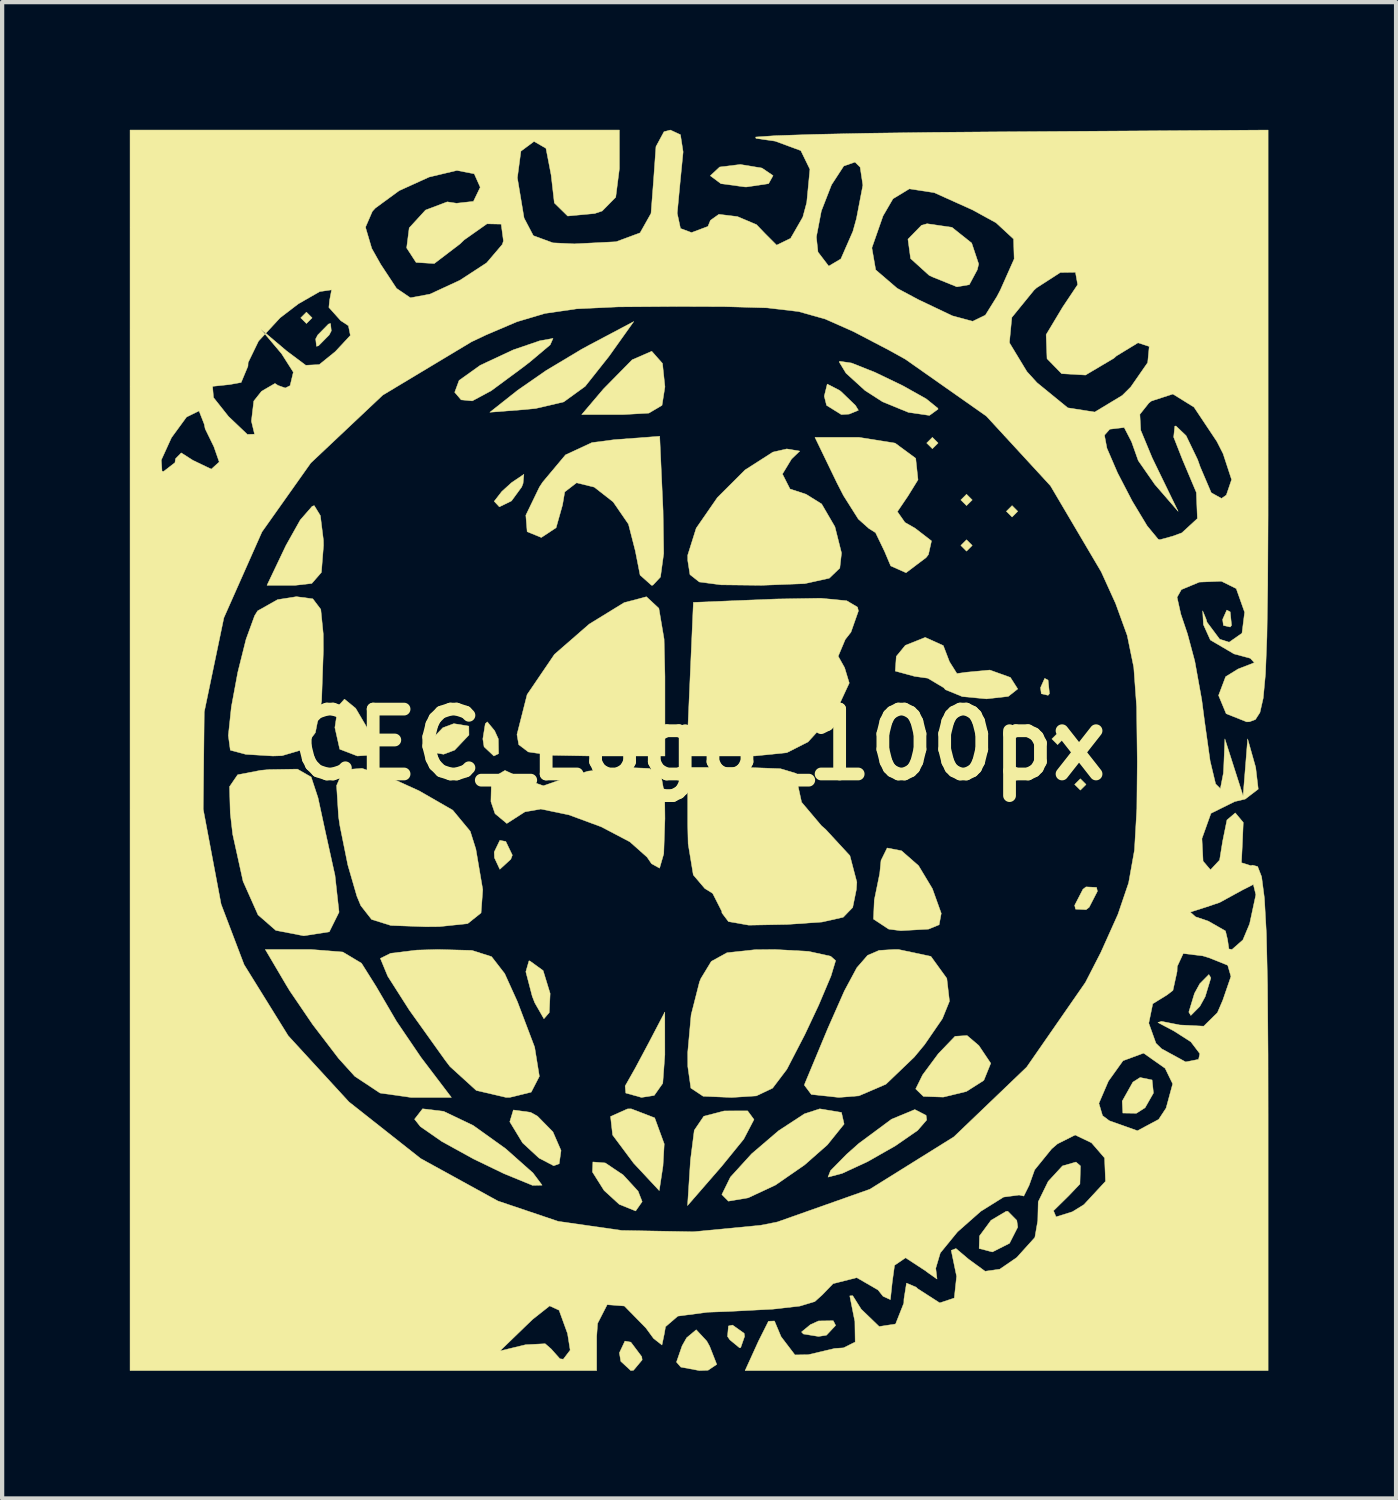
<source format=kicad_pcb>
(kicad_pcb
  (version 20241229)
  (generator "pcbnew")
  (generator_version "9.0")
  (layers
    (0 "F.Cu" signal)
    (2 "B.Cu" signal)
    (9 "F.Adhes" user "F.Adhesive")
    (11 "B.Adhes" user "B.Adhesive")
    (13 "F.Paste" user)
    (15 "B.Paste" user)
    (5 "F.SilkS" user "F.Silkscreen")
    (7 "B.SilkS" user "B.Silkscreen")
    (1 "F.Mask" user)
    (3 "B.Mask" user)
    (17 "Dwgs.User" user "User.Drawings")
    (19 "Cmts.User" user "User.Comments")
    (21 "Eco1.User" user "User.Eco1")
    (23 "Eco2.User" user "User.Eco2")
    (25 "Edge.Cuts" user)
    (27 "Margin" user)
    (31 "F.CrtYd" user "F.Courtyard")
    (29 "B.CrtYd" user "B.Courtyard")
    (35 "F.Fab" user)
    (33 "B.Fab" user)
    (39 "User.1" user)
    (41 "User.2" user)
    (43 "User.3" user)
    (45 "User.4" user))
  (footprint "CEC_Logo_100px"
    (layer "F.Cu")
    (at 13.373 14.443)
    (property "Reference" "CEC_Logo_100px" (at 0 0 0) (layer "F.SilkS") (effects (font (size 1.524 1.524) (thickness 0.3))))
    (attr through_hole)
    (fp_poly (pts (xy -9.091 -10.026) (xy -9.224 -9.893) (xy -9.358 -10.026) (xy -9.224 -10.16) (xy -9.091 -10.026)) (stroke (width 0.01) (type solid)) (fill yes) (layer "F.SilkS"))
    (fp_poly (pts (xy 5.615 -7.085) (xy 5.481 -6.952) (xy 5.347 -7.085) (xy 5.481 -7.219) (xy 5.615 -7.085)) (stroke (width 0.01) (type solid)) (fill yes) (layer "F.SilkS"))
    (fp_poly (pts (xy 6.417 -5.748) (xy 6.283 -5.615) (xy 6.149 -5.748) (xy 6.283 -5.882) (xy 6.417 -5.748)) (stroke (width 0.01) (type solid)) (fill yes) (layer "F.SilkS"))
    (fp_poly (pts (xy 6.417 -4.679) (xy 6.283 -4.545) (xy 6.149 -4.679) (xy 6.283 -4.813) (xy 6.417 -4.679)) (stroke (width 0.01) (type solid)) (fill yes) (layer "F.SilkS"))
    (fp_poly (pts (xy 7.486 -5.481) (xy 7.353 -5.347) (xy 7.219 -5.481) (xy 7.353 -5.615) (xy 7.486 -5.481)) (stroke (width 0.01) (type solid)) (fill yes) (layer "F.SilkS"))
    (fp_poly (pts (xy 8.556 -0.134) (xy 8.422 0) (xy 8.288 -0.134) (xy 8.422 -0.267) (xy 8.556 -0.134)) (stroke (width 0.01) (type solid)) (fill yes) (layer "F.SilkS"))
    (fp_poly (pts (xy 9.091 0.936) (xy 8.957 1.069) (xy 8.823 0.936) (xy 8.957 0.802) (xy 9.091 0.936)) (stroke (width 0.01) (type solid)) (fill yes) (layer "F.SilkS"))
    (fp_poly (pts (xy 8.199 -1.515) (xy 8.231 -1.198) (xy 8.199 -1.159) (xy 8.04 -1.195) (xy 8.021 -1.337) (xy 8.119 -1.557) (xy 8.199 -1.515)) (stroke (width 0.01) (type solid)) (fill yes) (layer "F.SilkS"))
    (fp_poly (pts (xy 12.477 -3.119) (xy 12.509 -2.802) (xy 12.477 -2.763) (xy 12.318 -2.8) (xy 12.299 -2.941) (xy 12.397 -3.161) (xy 12.477 -3.119)) (stroke (width 0.01) (type solid)) (fill yes) (layer "F.SilkS"))
    (fp_poly (pts (xy -4.541 2.275) (xy -4.387 2.596) (xy -4.423 2.692) (xy -4.681 2.929) (xy -4.807 2.659) (xy -4.813 2.524) (xy -4.681 2.249) (xy -4.541 2.275)) (stroke (width 0.01) (type solid)) (fill yes) (layer "F.SilkS"))
    (fp_poly (pts (xy -8.64 -9.72) (xy -8.689 -9.625) (xy -8.941 -9.37) (xy -8.988 -9.358) (xy -9.007 -9.531) (xy -8.957 -9.625) (xy -8.705 -9.881) (xy -8.658 -9.893) (xy -8.64 -9.72)) (stroke (width 0.01) (type solid)) (fill yes) (layer "F.SilkS"))
    (fp_poly (pts (xy -5.409 -0.435) (xy -5.406 -0.226) (xy -5.743 0.129) (xy -6.002 0.226) (xy -6.355 0.168) (xy -6.359 -0.041) (xy -6.021 -0.396) (xy -5.762 -0.493) (xy -5.409 -0.435)) (stroke (width 0.01) (type solid)) (fill yes) (layer "F.SilkS"))
    (fp_poly (pts (xy -4.803 -0.326) (xy -4.716 -0.134) (xy -4.71 0.211) (xy -4.821 0.267) (xy -5.051 0.051) (xy -5.08 -0.134) (xy -5.023 -0.49) (xy -4.975 -0.535) (xy -4.803 -0.326)) (stroke (width 0.01) (type solid)) (fill yes) (layer "F.SilkS"))
    (fp_poly (pts (xy -4.135 -6.138) (xy -4.167 -6.054) (xy -4.407 -5.725) (xy -4.692 -5.586) (xy -4.813 -5.716) (xy -4.635 -5.946) (xy -4.405 -6.155) (xy -4.116 -6.35) (xy -4.135 -6.138)) (stroke (width 0.01) (type solid)) (fill yes) (layer "F.SilkS"))
    (fp_poly (pts (xy -1.604 14.037) (xy -1.347 14.379) (xy -1.337 14.454) (xy -1.541 14.698) (xy -1.604 14.705) (xy -1.839 14.488) (xy -1.872 14.288) (xy -1.742 14.012) (xy -1.604 14.037)) (stroke (width 0.01) (type solid)) (fill yes) (layer "F.SilkS"))
    (fp_poly (pts (xy 1.059 13.83) (xy 1.069 13.903) (xy 0.978 14.164) (xy 0.952 14.171) (xy 0.723 13.983) (xy 0.668 13.903) (xy 0.69 13.657) (xy 0.786 13.636) (xy 1.059 13.83)) (stroke (width 0.01) (type solid)) (fill yes) (layer "F.SilkS"))
    (fp_poly (pts (xy 3.208 13.644) (xy 2.992 13.874) (xy 2.807 13.903) (xy 2.451 13.846) (xy 2.406 13.798) (xy 2.615 13.626) (xy 2.807 13.539) (xy 3.152 13.534) (xy 3.208 13.644)) (stroke (width 0.01) (type solid)) (fill yes) (layer "F.SilkS"))
    (fp_poly (pts (xy 9.337 3.354) (xy 9.358 3.444) (xy 9.163 3.822) (xy 9.091 3.877) (xy 8.844 3.865) (xy 8.823 3.775) (xy 9.018 3.397) (xy 9.091 3.342) (xy 9.337 3.354)) (stroke (width 0.01) (type solid)) (fill yes) (layer "F.SilkS"))
    (fp_poly (pts (xy 10.642 7.878) (xy 10.674 8.185) (xy 10.478 8.529) (xy 10.274 8.66) (xy 9.955 8.655) (xy 9.94 8.376) (xy 10.191 7.928) (xy 10.361 7.82) (xy 10.642 7.878)) (stroke (width 0.01) (type solid)) (fill yes) (layer "F.SilkS"))
    (fp_poly (pts (xy 12.023 5.481) (xy 11.89 5.92) (xy 11.764 6.149) (xy 11.552 6.363) (xy 11.505 6.283) (xy 11.638 5.844) (xy 11.764 5.615) (xy 11.976 5.401) (xy 12.023 5.481)) (stroke (width 0.01) (type solid)) (fill yes) (layer "F.SilkS"))
    (fp_poly (pts (xy -8.068 -0.854) (xy -7.802 -0.401) (xy -7.631 0.08) (xy -7.778 0.251) (xy -8.027 0.267) (xy -8.442 0.108) (xy -8.556 -0.401) (xy -8.479 -0.904) (xy -8.331 -1.069) (xy -8.068 -0.854)) (stroke (width 0.01) (type solid)) (fill yes) (layer "F.SilkS"))
    (fp_poly (pts (xy -3.664 5.308) (xy -3.499 5.846) (xy -3.52 6.295) (xy -3.645 6.44) (xy -3.86 6.065) (xy -3.92 5.91) (xy -4.07 5.335) (xy -3.997 5.082) (xy -3.979 5.08) (xy -3.664 5.308)) (stroke (width 0.01) (type solid)) (fill yes) (layer "F.SilkS"))
    (fp_poly (pts (xy -2.204 9.827) (xy -1.783 10.11) (xy -1.433 10.491) (xy -1.337 10.736) (xy -1.49 10.955) (xy -1.875 10.8) (xy -2.232 10.473) (xy -2.505 10.04) (xy -2.495 9.804) (xy -2.204 9.827)) (stroke (width 0.01) (type solid)) (fill yes) (layer "F.SilkS"))
    (fp_poly (pts (xy -1.043 8.768) (xy -0.819 9.38) (xy -0.848 9.898) (xy -0.936 10.477) (xy -1.537 9.833) (xy -2.031 9.171) (xy -2.08 8.736) (xy -1.682 8.558) (xy -1.596 8.556) (xy -1.043 8.768)) (stroke (width 0.01) (type solid)) (fill yes) (layer "F.SilkS"))
    (fp_poly (pts (xy -0.86 -8.956) (xy -0.802 -8.406) (xy -0.871 -7.971) (xy -1.18 -7.788) (xy -1.779 -7.754) (xy -2.757 -7.754) (xy -2.247 -8.355) (xy -1.572 -9.041) (xy -1.112 -9.241) (xy -0.86 -8.956)) (stroke (width 0.01) (type solid)) (fill yes) (layer "F.SilkS"))
    (fp_poly (pts (xy -0.804 7.286) (xy -0.853 7.956) (xy -1.054 8.241) (xy -1.353 8.288) (xy -1.722 8.185) (xy -1.737 8.02) (xy -1.501 7.603) (xy -1.189 7.018) (xy -0.805 6.283) (xy -0.804 7.286)) (stroke (width 0.01) (type solid)) (fill yes) (layer "F.SilkS"))
    (fp_poly (pts (xy 3.303 -8.32) (xy 3.342 -8.288) (xy 3.674 -7.968) (xy 3.743 -7.855) (xy 3.525 -7.765) (xy 3.342 -7.754) (xy 2.995 -7.97) (xy 2.941 -8.187) (xy 3.011 -8.471) (xy 3.303 -8.32)) (stroke (width 0.01) (type solid)) (fill yes) (layer "F.SilkS"))
    (fp_poly (pts (xy 7.464 11.177) (xy 7.486 11.335) (xy 7.293 11.715) (xy 6.891 11.918) (xy 6.579 11.837) (xy 6.588 11.542) (xy 6.858 11.175) (xy 7.21 10.966) (xy 7.252 10.962) (xy 7.464 11.177)) (stroke (width 0.01) (type solid)) (fill yes) (layer "F.SilkS"))
    (fp_poly (pts (xy -3.957 8.639) (xy -3.797 8.728) (xy -3.434 9.097) (xy -3.243 9.535) (xy -3.287 9.846) (xy -3.415 9.893) (xy -3.76 9.713) (xy -4.146 9.356) (xy -4.447 8.86) (xy -4.363 8.583) (xy -3.957 8.639)) (stroke (width 0.01) (type solid)) (fill yes) (layer "F.SilkS"))
    (fp_poly (pts (xy 0.181 14.013) (xy 0.248 14.134) (xy 0.415 14.56) (xy 0.211 14.697) (xy 0.009 14.705) (xy -0.429 14.623) (xy -0.531 14.505) (xy -0.399 14.124) (xy -0.292 13.934) (xy -0.067 13.746) (xy 0.181 14.013)) (stroke (width 0.01) (type solid)) (fill yes) (layer "F.SilkS"))
    (fp_poly (pts (xy 1.29 8.807) (xy 1.049 9.268) (xy 0.533 9.903) (xy -0.271 10.828) (xy -0.202 9.759) (xy -0.113 9.06) (xy 0.111 8.73) (xy 0.584 8.607) (xy 0.602 8.605) (xy 1.14 8.604) (xy 1.29 8.807)) (stroke (width 0.01) (type solid)) (fill yes) (layer "F.SilkS"))
    (fp_poly (pts (xy 1.477 -13.545) (xy 1.738 -13.368) (xy 1.633 -13.179) (xy 1.113 -13.101) (xy 1.085 -13.101) (xy 0.515 -13.177) (xy 0.268 -13.361) (xy 0.267 -13.368) (xy 0.484 -13.57) (xy 0.969 -13.629) (xy 1.477 -13.545)) (stroke (width 0.01) (type solid)) (fill yes) (layer "F.SilkS"))
    (fp_poly (pts (xy -8.897 -5.38) (xy -8.825 -4.801) (xy -8.823 -4.679) (xy -8.873 -4.046) (xy -9.098 -3.787) (xy -9.487 -3.743) (xy -10.151 -3.743) (xy -9.705 -4.679) (xy -9.369 -5.278) (xy -9.09 -5.598) (xy -9.041 -5.615) (xy -8.897 -5.38)) (stroke (width 0.01) (type solid)) (fill yes) (layer "F.SilkS"))
    (fp_poly (pts (xy -2.117 -9.122) (xy -2.676 -8.417) (xy -3.181 -8.051) (xy -3.839 -7.897) (xy -4.106 -7.871) (xy -4.915 -7.808) (xy -4.262 -8.325) (xy -3.593 -8.789) (xy -2.76 -9.288) (xy -2.572 -9.39) (xy -1.535 -9.939) (xy -2.117 -9.122)) (stroke (width 0.01) (type solid)) (fill yes) (layer "F.SilkS"))
    (fp_poly (pts (xy -6.001 8.615) (xy -5.306 8.947) (xy -4.545 9.492) (xy -3.902 10.063) (xy -3.688 10.349) (xy -3.912 10.354) (xy -4.58 10.08) (xy -5.295 9.735) (xy -6.043 9.323) (xy -6.548 8.972) (xy -6.684 8.799) (xy -6.495 8.555) (xy -6.001 8.615)) (stroke (width 0.01) (type solid)) (fill yes) (layer "F.SilkS"))
    (fp_poly (pts (xy -3.498 -9.392) (xy -3.973 -8.992) (xy -4.144 -8.86) (xy -4.883 -8.314) (xy -5.328 -8.075) (xy -5.59 -8.1) (xy -5.741 -8.277) (xy -5.638 -8.556) (xy -5.14 -8.912) (xy -4.365 -9.274) (xy -3.743 -9.487) (xy -3.431 -9.543) (xy -3.498 -9.392)) (stroke (width 0.01) (type solid)) (fill yes) (layer "F.SilkS"))
    (fp_poly (pts (xy 5.333 8.709) (xy 5.347 8.818) (xy 5.133 9.064) (xy 4.611 9.425) (xy 3.959 9.796) (xy 3.358 10.074) (xy 3.029 10.16) (xy 3.088 10.008) (xy 3.466 9.624) (xy 3.753 9.369) (xy 4.521 8.8) (xy 5.068 8.573) (xy 5.333 8.709)) (stroke (width 0.01) (type solid)) (fill yes) (layer "F.SilkS"))
    (fp_poly (pts (xy 5.941 -12.152) (xy 6.404 -11.783) (xy 6.568 -11.291) (xy 6.536 -11.156) (xy 6.348 -10.805) (xy 6.057 -10.755) (xy 5.491 -10.984) (xy 5.403 -11.026) (xy 4.969 -11.419) (xy 4.907 -11.874) (xy 5.225 -12.2) (xy 5.356 -12.237) (xy 5.941 -12.152)) (stroke (width 0.01) (type solid)) (fill yes) (layer "F.SilkS"))
    (fp_poly (pts (xy 6.572 7.069) (xy 6.852 7.486) (xy 6.694 7.876) (xy 6.678 7.895) (xy 6.28 8.148) (xy 5.738 8.28) (xy 5.269 8.264) (xy 5.089 8.088) (xy 5.251 7.759) (xy 5.619 7.262) (xy 6.013 6.852) (xy 6.296 6.834) (xy 6.572 7.069)) (stroke (width 0.01) (type solid)) (fill yes) (layer "F.SilkS"))
    (fp_poly (pts (xy 3.345 8.641) (xy 3.407 8.914) (xy 3.014 9.402) (xy 2.479 9.873) (xy 1.794 10.347) (xy 1.152 10.647) (xy 0.688 10.725) (xy 0.535 10.57) (xy 0.736 10.16) (xy 1.234 9.613) (xy 1.867 9.071) (xy 2.474 8.674) (xy 2.835 8.556) (xy 3.345 8.641)) (stroke (width 0.01) (type solid)) (fill yes) (layer "F.SilkS"))
    (fp_poly (pts (xy 3.581 -8.965) (xy 4.137 -8.744) (xy 4.783 -8.433) (xy 5.336 -8.123) (xy 5.609 -7.902) (xy 5.615 -7.882) (xy 5.412 -7.734) (xy 4.919 -7.805) (xy 4.313 -8.053) (xy 3.899 -8.319) (xy 3.451 -8.727) (xy 3.293 -8.988) (xy 3.302 -9.006) (xy 3.581 -8.965)) (stroke (width 0.01) (type solid)) (fill yes) (layer "F.SilkS"))
    (fp_poly (pts (xy 4.755 2.493) (xy 5.156 2.844) (xy 5.481 3.384) (xy 5.689 3.964) (xy 5.639 4.232) (xy 5.391 4.334) (xy 4.738 4.371) (xy 4.454 4.334) (xy 4.097 4.099) (xy 4.116 3.652) (xy 4.244 3.026) (xy 4.274 2.721) (xy 4.418 2.428) (xy 4.755 2.493)) (stroke (width 0.01) (type solid)) (fill yes) (layer "F.SilkS"))
    (fp_poly (pts (xy -0.945 -3.203) (xy -0.822 -2.477) (xy -0.802 -1.604) (xy -0.802 0.267) (xy -2.54 0.267) (xy -3.484 0.249) (xy -4.011 0.172) (xy -4.236 0.002) (xy -4.278 -0.237) (xy -4.04 -1.175) (xy -3.397 -2.121) (xy -2.58 -2.832) (xy -1.76 -3.336) (xy -1.237 -3.474) (xy -0.945 -3.203)) (stroke (width 0.01) (type solid)) (fill yes) (layer "F.SilkS"))
    (fp_poly (pts (xy -8.372 4.872) (xy -7.931 5.135) (xy -7.587 5.682) (xy -7.107 6.503) (xy -6.535 7.345) (xy -6.479 7.419) (xy -5.819 8.288) (xy -6.767 8.288) (xy -7.495 8.185) (xy -8.088 7.792) (xy -8.469 7.371) (xy -9.076 6.577) (xy -9.619 5.779) (xy -9.707 5.633) (xy -10.19 4.813) (xy -9.113 4.813) (xy -8.372 4.872)) (stroke (width 0.01) (type solid)) (fill yes) (layer "F.SilkS"))
    (fp_poly (pts (xy 3.469 -3.38) (xy 3.722 -3.23) (xy 3.743 -3.14) (xy 3.568 -2.642) (xy 3.434 -2.471) (xy 3.268 -2.076) (xy 3.419 -1.807) (xy 3.528 -1.447) (xy 3.288 -0.93) (xy 3.04 -0.592) (xy 2.56 -0.064) (xy 2.061 0.189) (xy 1.319 0.265) (xy 1.038 0.267) (xy -0.292 0.267) (xy -0.134 -3.342) (xy 1.805 -3.421) (xy 2.859 -3.439) (xy 3.469 -3.38)) (stroke (width 0.01) (type solid)) (fill yes) (layer "F.SilkS"))
    (fp_poly (pts (xy 5.737 -2.327) (xy 5.882 -1.948) (xy 6.057 -1.67) (xy 6.283 -1.701) (xy 6.831 -1.752) (xy 7.313 -1.579) (xy 7.486 -1.308) (xy 7.264 -1.133) (xy 6.753 -1.075) (xy 6.183 -1.129) (xy 5.787 -1.291) (xy 5.748 -1.337) (xy 5.371 -1.561) (xy 5.064 -1.604) (xy 4.609 -1.728) (xy 4.633 -2.073) (xy 4.845 -2.332) (xy 5.312 -2.519) (xy 5.737 -2.327)) (stroke (width 0.01) (type solid)) (fill yes) (layer "F.SilkS"))
    (fp_poly (pts (xy -9.113 0.761) (xy -8.951 1.252) (xy -8.951 1.254) (xy -8.784 2.027) (xy -8.583 2.939) (xy -8.554 3.067) (xy -8.458 3.936) (xy -8.687 4.397) (xy -9.286 4.491) (xy -9.944 4.364) (xy -10.361 4) (xy -10.713 3.21) (xy -10.957 2.104) (xy -11.014 1.604) (xy -11.031 0.987) (xy -10.84 0.708) (xy -10.293 0.603) (xy -10.102 0.586) (xy -9.436 0.575) (xy -9.113 0.761)) (stroke (width 0.01) (type solid)) (fill yes) (layer "F.SilkS"))
    (fp_poly (pts (xy -5.336 4.834) (xy -4.875 4.981) (xy -4.567 5.379) (xy -4.268 6.038) (xy -3.863 7.107) (xy -3.752 7.793) (xy -3.944 8.164) (xy -4.446 8.287) (xy -4.532 8.288) (xy -5.234 8.124) (xy -5.852 7.562) (xy -5.961 7.419) (xy -6.809 6.233) (xy -7.315 5.439) (xy -7.486 5.025) (xy -7.486 5.021) (xy -7.246 4.902) (xy -6.63 4.827) (xy -6.14 4.813) (xy -5.336 4.834)) (stroke (width 0.01) (type solid)) (fill yes) (layer "F.SilkS"))
    (fp_poly (pts (xy 4.686 4.813) (xy 5.445 4.974) (xy 5.82 5.492) (xy 5.882 6.028) (xy 5.716 6.438) (xy 5.297 7.048) (xy 5.052 7.343) (xy 4.389 7.978) (xy 3.755 8.25) (xy 3.286 8.288) (xy 2.637 8.218) (xy 2.473 7.999) (xy 2.488 7.954) (xy 3.026 6.663) (xy 3.414 5.785) (xy 3.706 5.241) (xy 3.959 4.95) (xy 4.228 4.834) (xy 4.569 4.813) (xy 4.686 4.813)) (stroke (width 0.01) (type solid)) (fill yes) (layer "F.SilkS"))
    (fp_poly (pts (xy -9.074 -3.425) (xy -8.887 -3.178) (xy -8.829 -2.598) (xy -8.827 -2.206) (xy -8.868 -1.024) (xy -9.014 -0.282) (xy -9.309 0.115) (xy -9.798 0.26) (xy -10.013 0.267) (xy -10.649 0.228) (xy -11.008 0.132) (xy -11.013 0.127) (xy -11.059 -0.214) (xy -10.988 -0.884) (xy -10.837 -1.699) (xy -10.643 -2.475) (xy -10.441 -3.029) (xy -10.371 -3.142) (xy -9.903 -3.406) (xy -9.459 -3.476) (xy -9.074 -3.425)) (stroke (width 0.01) (type solid)) (fill yes) (layer "F.SilkS"))
    (fp_poly (pts (xy -7.131 0.834) (xy -6.578 1.085) (xy -5.787 1.54) (xy -5.376 2.036) (xy -5.244 2.455) (xy -5.082 3.407) (xy -5.122 3.953) (xy -5.437 4.205) (xy -6.099 4.275) (xy -6.423 4.278) (xy -7.241 4.248) (xy -7.693 4.107) (xy -7.947 3.782) (xy -8.039 3.561) (xy -8.252 2.827) (xy -8.438 1.906) (xy -8.47 1.69) (xy -8.516 0.962) (xy -8.356 0.592) (xy -7.918 0.557) (xy -7.131 0.834)) (stroke (width 0.01) (type solid)) (fill yes) (layer "F.SilkS"))
    (fp_poly (pts (xy 4.605 -7.083) (xy 5.089 -6.726) (xy 5.143 -6.222) (xy 4.905 -5.837) (xy 4.658 -5.473) (xy 4.836 -5.22) (xy 5.075 -5.083) (xy 5.46 -4.786) (xy 5.388 -4.465) (xy 5.332 -4.393) (xy 4.862 -4.038) (xy 4.502 -4.198) (xy 4.355 -4.545) (xy 4.146 -4.979) (xy 3.986 -5.08) (xy 3.741 -5.299) (xy 3.392 -5.851) (xy 3.239 -6.149) (xy 2.722 -7.219) (xy 3.754 -7.219) (xy 4.605 -7.083)) (stroke (width 0.01) (type solid)) (fill yes) (layer "F.SilkS"))
    (fp_poly (pts (xy 2.573 4.857) (xy 3.091 4.971) (xy 3.208 5.074) (xy 3.098 5.438) (xy 2.811 6.117) (xy 2.484 6.812) (xy 2.062 7.627) (xy 1.727 8.07) (xy 1.344 8.252) (xy 0.78 8.288) (xy 0.746 8.288) (xy 0.095 8.26) (xy -0.193 8.069) (xy -0.265 7.562) (xy -0.267 7.232) (xy -0.187 6.348) (xy 0.01 5.573) (xy 0.043 5.494) (xy 0.287 5.092) (xy 0.655 4.889) (xy 1.311 4.818) (xy 1.781 4.813) (xy 2.573 4.857)) (stroke (width 0.01) (type solid)) (fill yes) (layer "F.SilkS"))
    (fp_poly (pts (xy -0.846 -5.493) (xy -0.831 -4.492) (xy -0.907 -3.937) (xy -1.086 -3.746) (xy -1.119 -3.744) (xy -1.386 -3.983) (xy -1.499 -4.556) (xy -1.659 -5.18) (xy -2.018 -5.702) (xy -2.462 -6.049) (xy -2.879 -6.151) (xy -3.156 -5.937) (xy -3.208 -5.631) (xy -3.359 -5.095) (xy -3.706 -4.866) (xy -4.039 -5.002) (xy -4.07 -5.389) (xy -3.75 -6.051) (xy -3.673 -6.168) (xy -3.138 -6.807) (xy -2.518 -7.095) (xy -1.991 -7.164) (xy -0.925 -7.244) (xy -0.846 -5.493)) (stroke (width 0.01) (type solid)) (fill yes) (layer "F.SilkS"))
    (fp_poly (pts (xy -1.17 0.559) (xy -0.892 0.731) (xy -0.808 1.194) (xy -0.802 1.738) (xy -0.83 2.564) (xy -0.928 2.902) (xy -1.116 2.798) (xy -1.222 2.643) (xy -1.627 2.283) (xy -2.3 1.93) (xy -3.058 1.65) (xy -3.718 1.513) (xy -4.092 1.579) (xy -4.517 1.852) (xy -4.794 1.621) (xy -4.89 1.337) (xy -4.877 0.792) (xy -4.56 0.606) (xy -4.15 0.798) (xy -3.657 0.967) (xy -3.243 0.821) (xy -2.608 0.623) (xy -1.799 0.535) (xy -1.755 0.535) (xy -1.17 0.559)) (stroke (width 0.01) (type solid)) (fill yes) (layer "F.SilkS"))
    (fp_poly (pts (xy 2.365 -6.896) (xy 2.172 -6.71) (xy 2.172 -6.71) (xy 1.958 -6.357) (xy 2.136 -6.006) (xy 2.513 -5.882) (xy 2.879 -5.654) (xy 3.191 -5.118) (xy 3.346 -4.502) (xy 3.306 -4.147) (xy 3.059 -3.91) (xy 2.481 -3.782) (xy 1.473 -3.743) (xy 1.442 -3.743) (xy 0.518 -3.754) (xy 0.006 -3.821) (xy -0.214 -3.994) (xy -0.266 -4.324) (xy -0.267 -4.451) (xy -0.068 -5.084) (xy 0.43 -5.804) (xy 1.08 -6.453) (xy 1.734 -6.872) (xy 2.059 -6.947) (xy 2.365 -6.896)) (stroke (width 0.01) (type solid)) (fill yes) (layer "F.SilkS"))
    (fp_poly (pts (xy 1.909 0.565) (xy 2.285 0.678) (xy 2.322 0.904) (xy 2.314 0.923) (xy 2.408 1.353) (xy 2.875 1.906) (xy 2.972 1.99) (xy 3.543 2.609) (xy 3.706 3.231) (xy 3.694 3.407) (xy 3.609 3.825) (xy 3.386 4.055) (xy 2.89 4.167) (xy 2.072 4.224) (xy 1.168 4.241) (xy 0.69 4.157) (xy 0.536 3.953) (xy 0.535 3.919) (xy 0.319 3.494) (xy 0.134 3.379) (xy -0.136 3.061) (xy -0.257 2.328) (xy -0.267 1.88) (xy -0.267 0.535) (xy 1.098 0.535) (xy 1.909 0.565)) (stroke (width 0.01) (type solid)) (fill yes) (layer "F.SilkS"))
    (fp_poly (pts (xy -1.872 -13.533) (xy -1.958 -12.86) (xy -2.277 -12.536) (xy -2.453 -12.477) (xy -3.087 -12.418) (xy -3.4 -12.725) (xy -3.476 -13.384) (xy -3.597 -14.009) (xy -3.877 -14.171) (xy -4.186 -13.941) (xy -4.269 -13.315) (xy -4.114 -12.384) (xy -4.109 -12.366) (xy -3.894 -11.957) (xy -3.433 -11.788) (xy -2.932 -11.764) (xy -1.949 -11.814) (xy -1.386 -12.023) (xy -1.129 -12.48) (xy -1.069 -13.263) (xy -1.013 -14.049) (xy -0.824 -14.399) (xy -0.674 -14.438) (xy -0.438 -14.329) (xy -0.375 -13.924) (xy -0.443 -13.235) (xy -0.514 -12.484) (xy -0.437 -12.126) (xy -0.184 -12.032) (xy -0.17 -12.032) (xy 0.208 -12.174) (xy 0.267 -12.317) (xy 0.465 -12.458) (xy 0.902 -12.405) (xy 1.349 -12.216) (xy 1.56 -11.996) (xy 1.822 -11.734) (xy 2.151 -11.894) (xy 2.169 -11.926) (xy 2.755 -11.926) (xy 2.793 -11.572) (xy 3.046 -11.241) (xy 3.331 -11.411) (xy 3.444 -11.67) (xy 4.059 -11.67) (xy 4.149 -11.153) (xy 4.654 -10.72) (xy 5.147 -10.456) (xy 5.952 -10.073) (xy 6.428 -9.945) (xy 6.726 -10.09) (xy 6.997 -10.526) (xy 7.078 -10.681) (xy 7.402 -11.41) (xy 7.388 -11.879) (xy 6.977 -12.259) (xy 6.427 -12.561) (xy 5.525 -12.967) (xy 4.94 -13.057) (xy 4.555 -12.823) (xy 4.321 -12.42) (xy 4.059 -11.67) (xy 3.444 -11.67) (xy 3.613 -12.056) (xy 3.697 -12.358) (xy 3.848 -13.143) (xy 3.784 -13.565) (xy 3.663 -13.685) (xy 3.399 -13.593) (xy 3.111 -13.151) (xy 2.872 -12.537) (xy 2.755 -11.926) (xy 2.169 -11.926) (xy 2.437 -12.393) (xy 2.529 -12.735) (xy 2.604 -13.516) (xy 2.39 -13.955) (xy 1.788 -14.177) (xy 1.337 -14.242) (xy 1.329 -14.274) (xy 1.796 -14.306) (xy 2.679 -14.335) (xy 3.919 -14.362) (xy 5.457 -14.383) (xy 6.885 -14.395) (xy 13.368 -14.438) (xy 13.368 -7.486) (xy 13.367 -5.38) (xy 13.359 -3.747) (xy 13.34 -2.529) (xy 13.306 -1.664) (xy 13.253 -1.093) (xy 13.176 -0.755) (xy 13.07 -0.59) (xy 12.932 -0.538) (xy 12.865 -0.535) (xy 12.382 -0.727) (xy 12.204 -1.156) (xy 12.37 -1.596) (xy 12.661 -1.776) (xy 13.044 -1.925) (xy 12.951 -2.028) (xy 12.568 -2.131) (xy 12.011 -2.458) (xy 11.848 -2.819) (xy 11.83 -3.143) (xy 11.91 -2.951) (xy 11.933 -2.874) (xy 12.23 -2.477) (xy 12.452 -2.406) (xy 12.754 -2.617) (xy 12.816 -3.11) (xy 12.619 -3.666) (xy 12.269 -3.839) (xy 11.752 -3.818) (xy 11.33 -3.642) (xy 11.229 -3.462) (xy 11.317 -3.066) (xy 11.474 -2.6) (xy 11.645 -1.962) (xy 11.809 -1.052) (xy 11.877 -0.531) (xy 12.006 0.386) (xy 12.135 0.924) (xy 12.246 1.034) (xy 12.317 0.671) (xy 12.326 0.512) (xy 12.352 -0.134) (xy 12.566 0.535) (xy 12.78 1.203) (xy 12.834 0.535) (xy 12.887 -0.134) (xy 13.076 0.535) (xy 13.136 1.045) (xy 12.83 1.279) (xy 12.582 1.338) (xy 12.025 1.614) (xy 11.813 2.207) (xy 11.84 2.737) (xy 12.014 2.941) (xy 12.228 2.712) (xy 12.299 2.273) (xy 12.401 1.77) (xy 12.597 1.604) (xy 12.784 1.828) (xy 12.765 2.288) (xy 12.741 2.774) (xy 12.964 2.844) (xy 13.001 2.831) (xy 13.122 2.864) (xy 13.215 3.104) (xy 13.281 3.609) (xy 13.327 4.437) (xy 13.354 5.645) (xy 13.366 7.291) (xy 13.368 8.698) (xy 13.368 14.705) (xy 1.081 14.705) (xy 1.395 14.015) (xy 1.63 13.546) (xy 1.771 13.54) (xy 1.926 13.909) (xy 2.252 14.337) (xy 2.564 14.332) (xy 3.187 14.185) (xy 3.393 14.171) (xy 3.667 14.034) (xy 3.66 13.549) (xy 3.636 13.435) (xy 3.54 12.95) (xy 3.609 12.946) (xy 3.808 13.262) (xy 4.231 13.67) (xy 4.616 13.611) (xy 4.81 13.12) (xy 4.813 13.025) (xy 4.873 12.65) (xy 5.1 12.747) (xy 5.133 12.78) (xy 5.654 13.115) (xy 5.995 13.001) (xy 6.05 12.489) (xy 6.025 12.373) (xy 5.923 11.881) (xy 6.035 11.838) (xy 6.332 12.089) (xy 6.72 12.372) (xy 7.064 12.323) (xy 7.463 12.049) (xy 7.888 11.578) (xy 7.957 11.18) (xy 7.967 10.74) (xy 8.201 10.261) (xy 8.537 9.897) (xy 8.854 9.806) (xy 8.959 9.897) (xy 8.947 10.322) (xy 8.683 10.599) (xy 8.326 10.95) (xy 8.386 11.094) (xy 8.77 10.974) (xy 9.04 10.807) (xy 9.548 10.259) (xy 9.526 9.709) (xy 9.219 9.354) (xy 8.835 9.17) (xy 8.419 9.379) (xy 8.283 9.496) (xy 7.883 9.989) (xy 7.754 10.351) (xy 7.628 10.605) (xy 7.518 10.581) (xy 7.153 10.629) (xy 6.618 10.963) (xy 6.071 11.446) (xy 5.667 11.941) (xy 5.56 12.301) (xy 5.59 12.555) (xy 5.344 12.382) (xy 5.327 12.366) (xy 4.851 12.055) (xy 4.592 12.232) (xy 4.537 12.633) (xy 4.494 13.038) (xy 4.322 12.959) (xy 4.203 12.81) (xy 3.705 12.522) (xy 3.148 12.663) (xy 2.892 12.928) (xy 2.718 13.084) (xy 2.367 13.19) (xy 1.735 13.262) (xy 0.715 13.315) (xy 0.201 13.334) (xy -0.499 13.426) (xy -0.789 13.675) (xy -0.816 13.836) (xy -0.872 14.104) (xy -1.069 13.95) (xy -1.25 13.703) (xy -1.755 13.188) (xy -2.159 13.157) (xy -2.384 13.596) (xy -2.406 13.903) (xy -2.406 14.705) (xy -13.368 14.705) (xy -13.368 14.244) (xy -4.679 14.244) (xy -4.077 14.098) (xy -3.616 14.074) (xy -3.476 14.196) (xy -3.269 14.428) (xy -3.19 14.438) (xy -3.028 14.225) (xy -3.09 13.836) (xy -3.289 13.287) (xy -3.51 13.185) (xy -3.91 13.501) (xy -4.06 13.645) (xy -4.679 14.244) (xy -13.368 14.244) (xy -13.368 1.518) (xy -11.649 1.518) (xy -11.229 3.749) (xy -10.689 5.169) (xy -9.652 6.84) (xy -8.225 8.394) (xy -6.54 9.724) (xy -4.727 10.721) (xy -3.311 11.199) (xy -1.818 11.413) (xy -0.132 11.444) (xy 1.445 11.292) (xy 1.841 11.213) (xy 4.012 10.445) (xy 5.986 9.214) (xy 6.808 8.427) (xy 9.392 8.427) (xy 9.478 8.716) (xy 9.638 8.836) (xy 10.298 9.071) (xy 10.797 8.804) (xy 10.971 8.539) (xy 11.126 7.969) (xy 10.948 7.603) (xy 10.442 7.247) (xy 9.959 7.426) (xy 9.616 7.905) (xy 9.392 8.427) (xy 6.808 8.427) (xy 7.696 7.576) (xy 8.412 6.544) (xy 10.564 6.544) (xy 10.733 7.016) (xy 10.865 7.145) (xy 11.431 7.454) (xy 11.734 7.394) (xy 11.764 7.26) (xy 11.553 6.982) (xy 11.163 6.732) (xy 10.779 6.528) (xy 10.863 6.501) (xy 11.292 6.586) (xy 11.855 6.614) (xy 12.177 6.297) (xy 12.302 6.007) (xy 12.495 5.446) (xy 12.419 5.183) (xy 11.98 5.007) (xy 11.831 4.962) (xy 11.374 4.907) (xy 11.233 5.21) (xy 11.229 5.329) (xy 11.132 5.774) (xy 10.991 5.882) (xy 10.658 6.087) (xy 10.564 6.544) (xy 8.412 6.544) (xy 9.076 5.587) (xy 9.438 4.882) (xy 9.839 3.989) (xy 9.858 3.934) (xy 11.539 3.934) (xy 11.663 4.045) (xy 11.962 4.146) (xy 12.366 4.377) (xy 12.414 4.576) (xy 12.447 4.8) (xy 12.519 4.813) (xy 12.775 4.588) (xy 12.933 4.211) (xy 13.08 3.526) (xy 13.021 3.285) (xy 12.767 3.414) (xy 12.228 3.709) (xy 11.898 3.82) (xy 11.539 3.934) (xy 9.858 3.934) (xy 10.091 3.248) (xy 10.228 2.48) (xy 10.284 1.506) (xy 10.294 0.401) (xy 10.279 -0.885) (xy 10.212 -1.814) (xy 10.058 -2.565) (xy 9.785 -3.317) (xy 9.448 -4.059) (xy 8.255 -6.081) (xy 7.161 -7.27) (xy 9.523 -7.27) (xy 9.581 -6.963) (xy 9.83 -6.386) (xy 10.177 -5.718) (xy 10.526 -5.139) (xy 10.783 -4.828) (xy 10.822 -4.813) (xy 11.121 -4.895) (xy 11.341 -4.975) (xy 11.706 -5.311) (xy 11.682 -5.924) (xy 11.356 -6.697) (xy 11.149 -7.224) (xy 11.176 -7.481) (xy 11.202 -7.486) (xy 11.441 -7.258) (xy 11.713 -6.693) (xy 11.772 -6.526) (xy 12.032 -5.917) (xy 12.273 -5.784) (xy 12.386 -5.862) (xy 12.51 -6.226) (xy 12.31 -6.836) (xy 12.165 -7.121) (xy 11.627 -7.928) (xy 11.131 -8.236) (xy 10.627 -8.073) (xy 10.566 -8.025) (xy 10.355 -7.759) (xy 10.375 -7.386) (xy 10.643 -6.74) (xy 10.715 -6.591) (xy 11.254 -5.481) (xy 10.707 -6.112) (xy 10.317 -6.673) (xy 10.16 -7.115) (xy 9.987 -7.45) (xy 9.648 -7.41) (xy 9.523 -7.27) (xy 7.161 -7.27) (xy 6.749 -7.717) (xy 4.845 -9.055) (xy 4.472 -9.262) (xy 4.128 -9.442) (xy 7.29 -9.442) (xy 7.7 -8.765) (xy 7.937 -8.504) (xy 8.662 -7.912) (xy 9.295 -7.813) (xy 9.941 -8.203) (xy 10.141 -8.402) (xy 10.539 -8.975) (xy 10.575 -9.354) (xy 10.311 -9.44) (xy 9.804 -9.131) (xy 9.744 -9.077) (xy 9.077 -8.682) (xy 8.517 -8.715) (xy 8.174 -9.067) (xy 8.153 -9.631) (xy 8.542 -10.279) (xy 8.894 -10.806) (xy 8.842 -11.097) (xy 8.487 -11.092) (xy 7.929 -10.732) (xy 7.868 -10.676) (xy 7.347 -10.036) (xy 7.29 -9.442) (xy 4.128 -9.442) (xy 3.625 -9.705) (xy 2.964 -9.998) (xy 2.339 -10.174) (xy 1.6 -10.261) (xy 0.6 -10.29) (xy -0.535 -10.294) (xy -1.898 -10.284) (xy -2.876 -10.238) (xy -3.62 -10.13) (xy -4.28 -9.934) (xy -5.007 -9.624) (xy -5.347 -9.463) (xy -7.431 -8.211) (xy -9.122 -6.617) (xy -10.269 -4.998) (xy -11.164 -2.98) (xy -11.625 -0.767) (xy -11.649 1.518) (xy -13.368 1.518) (xy -13.368 -6.687) (xy -12.634 -6.687) (xy -12.617 -6.425) (xy -12.581 -6.417) (xy -12.313 -6.624) (xy -12.299 -6.717) (xy -12.165 -6.854) (xy -11.891 -6.679) (xy -11.459 -6.472) (xy -11.273 -6.64) (xy -11.399 -7.001) (xy -11.603 -7.419) (xy -11.626 -7.531) (xy -11.747 -7.84) (xy -12.041 -7.696) (xy -12.395 -7.211) (xy -12.634 -6.687) (xy -13.368 -6.687) (xy -13.368 -8.417) (xy -11.43 -8.417) (xy -11.407 -8.153) (xy -11.054 -7.708) (xy -10.612 -7.288) (xy -10.443 -7.293) (xy -10.517 -7.6) (xy -10.461 -8.071) (xy -10.278 -8.302) (xy -9.963 -8.485) (xy -9.893 -8.439) (xy -9.721 -8.378) (xy -9.608 -8.433) (xy -9.532 -8.75) (xy -9.808 -9.184) (xy -10.197 -9.645) (xy -10.349 -9.481) (xy -10.594 -8.976) (xy -10.598 -8.891) (xy -10.758 -8.508) (xy -11.029 -8.459) (xy -11.43 -8.417) (xy -13.368 -8.417) (xy -13.368 -9.759) (xy -10.294 -9.759) (xy -10.197 -9.645) (xy -10.18 -9.663) (xy -9.692 -9.25) (xy -9.24 -8.912) (xy -8.923 -8.928) (xy -8.546 -9.233) (xy -8.192 -9.613) (xy -8.238 -9.841) (xy -8.418 -9.96) (xy -8.697 -10.271) (xy -8.679 -10.444) (xy -8.633 -10.684) (xy -8.912 -10.643) (xy -9.413 -10.356) (xy -9.843 -10.027) (xy -10.18 -9.663) (xy -10.294 -9.759) (xy -13.368 -9.759) (xy -13.368 -12.155) (xy -7.837 -12.155) (xy -7.69 -11.657) (xy -7.479 -11.282) (xy -7.107 -10.718) (xy -6.781 -10.497) (xy -6.322 -10.583) (xy -5.618 -10.909) (xy -4.991 -11.318) (xy -4.623 -11.75) (xy -4.596 -11.832) (xy -4.649 -12.228) (xy -4.983 -12.235) (xy -5.518 -11.858) (xy -5.615 -11.764) (xy -6.221 -11.302) (xy -6.648 -11.328) (xy -6.87 -11.669) (xy -6.81 -12.139) (xy -6.426 -12.558) (xy -5.916 -12.751) (xy -5.698 -12.718) (xy -5.301 -12.762) (xy -5.141 -13.094) (xy -5.282 -13.41) (xy -5.689 -13.489) (xy -6.341 -13.334) (xy -7.044 -13.015) (xy -7.605 -12.605) (xy -7.676 -12.527) (xy -7.837 -12.155) (xy -13.368 -12.155) (xy -13.368 -14.438) (xy -1.872 -14.438) (xy -1.872 -13.533)) (stroke (width 0.01) (type solid)) (fill yes) (layer "F.SilkS")))
  (gr_rect
    (start -3 -3)
    (end 29.747 32.153)
    (stroke (width 0.1) (type default))
    (fill no)
    (layer "Edge.Cuts")))
</source>
